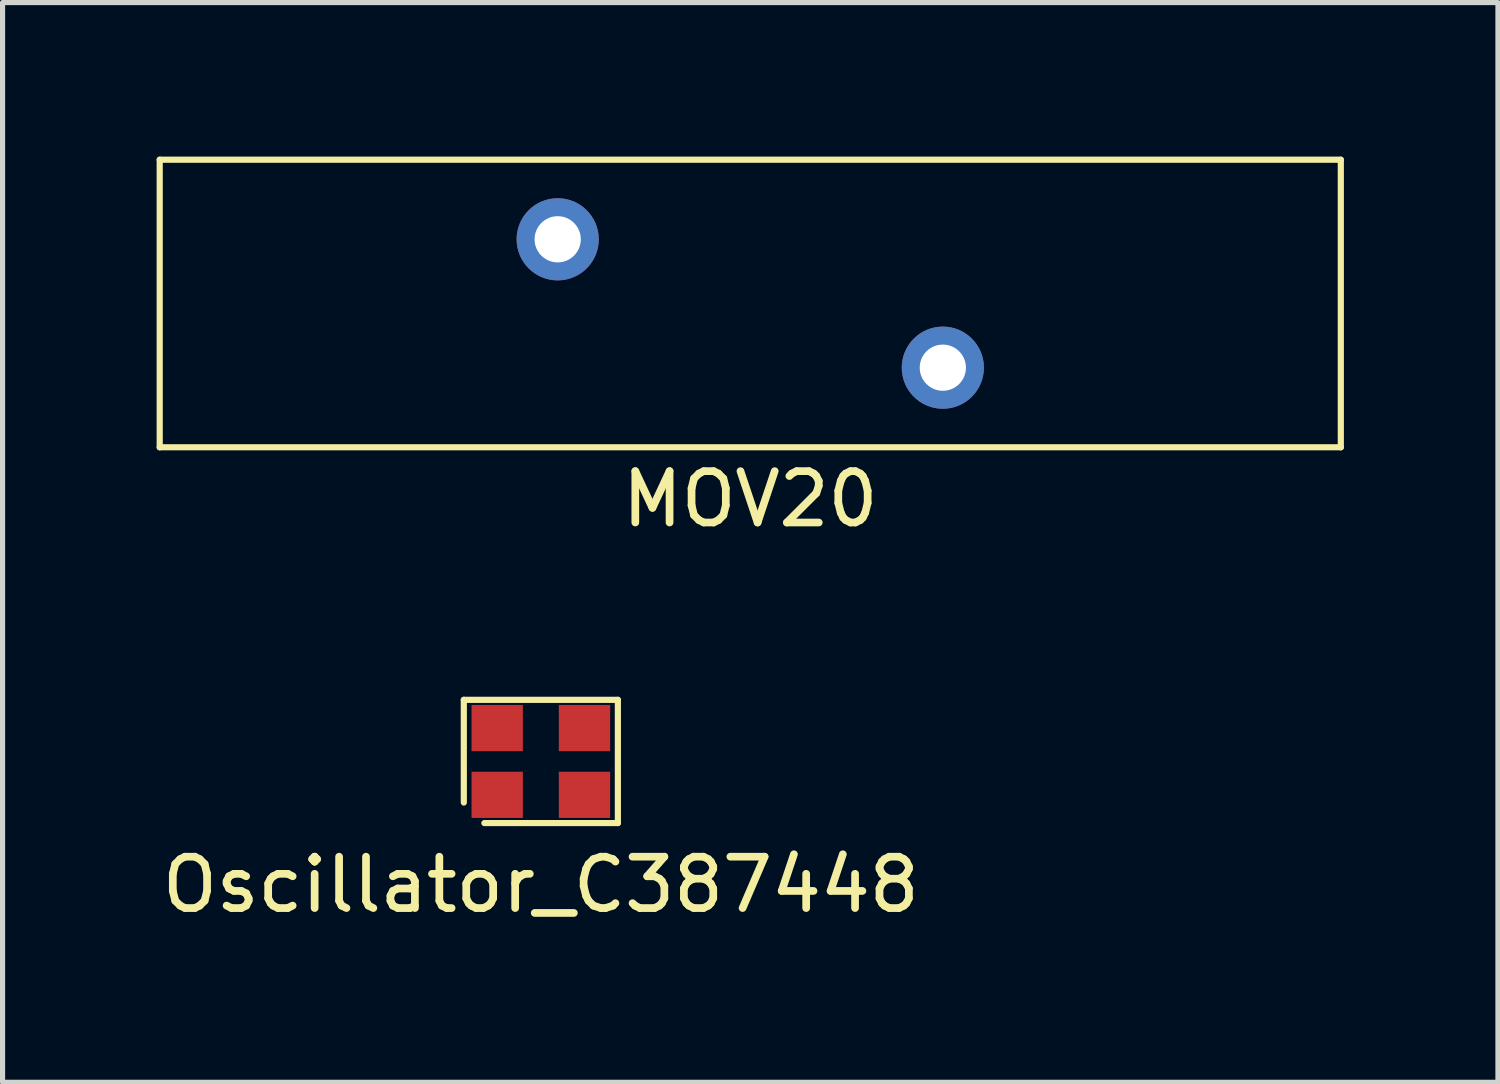
<source format=kicad_pcb>
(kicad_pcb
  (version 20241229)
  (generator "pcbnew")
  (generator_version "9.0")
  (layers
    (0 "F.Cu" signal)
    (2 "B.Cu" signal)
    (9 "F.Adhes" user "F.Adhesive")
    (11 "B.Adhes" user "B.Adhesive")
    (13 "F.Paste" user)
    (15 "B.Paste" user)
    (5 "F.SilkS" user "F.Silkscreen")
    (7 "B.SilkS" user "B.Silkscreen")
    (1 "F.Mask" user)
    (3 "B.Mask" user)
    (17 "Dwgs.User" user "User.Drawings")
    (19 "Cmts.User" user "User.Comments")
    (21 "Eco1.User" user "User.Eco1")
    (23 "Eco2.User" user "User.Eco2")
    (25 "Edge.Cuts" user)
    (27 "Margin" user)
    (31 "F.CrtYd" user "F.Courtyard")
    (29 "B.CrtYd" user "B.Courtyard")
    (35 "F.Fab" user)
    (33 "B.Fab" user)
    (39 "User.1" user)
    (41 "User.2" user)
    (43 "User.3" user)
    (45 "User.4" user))
  (footprint "MOV20"
    (layer "F.Cu")
    (at 11.56 2.86)
    (property "Reference" "MOV20" (at 0 3.81 0) (layer "F.SilkS") (effects (font (size 1 1) (thickness 0.15))))
    (attr through_hole)
    (fp_line (start -11.5 2.8) (end -11.5 -2.8) (stroke (width 0.12) (type solid)) (layer "F.SilkS"))
    (fp_line (start -11.5 2.8) (end 11.5 2.8) (stroke (width 0.12) (type solid)) (layer "F.SilkS"))
    (fp_line (start 11.5 -2.8) (end -11.5 -2.8) (stroke (width 0.12) (type solid)) (layer "F.SilkS"))
    (fp_line (start 11.5 -2.8) (end 11.5 2.8) (stroke (width 0.12) (type solid)) (layer "F.SilkS"))
    (pad "1" thru_hole circle (at -3.75 -1.25) (size 1.6 1.6) (drill 0.9) (layers "*.Cu" "*.Mask"))
    (pad "2" thru_hole circle (at 3.75 1.25 90) (size 1.6 1.6) (drill 0.9) (layers "*.Cu" "*.Mask")))
  (footprint "Oscillator_C387448"
    (layer "F.Cu")
    (at 7.482 11.778)
    (property "Reference" "Oscillator_C387448" (at 0 2.4 0) (layer "F.SilkS") (effects (font (size 1 1) (thickness 0.15))))
    (attr through_hole)
    (fp_line (start -1.5 -1.2) (end 1.5 -1.2) (stroke (width 0.12) (type solid)) (layer "F.SilkS"))
    (fp_line (start -1.5 0.8) (end -1.5 -1.2) (stroke (width 0.12) (type solid)) (layer "F.SilkS"))
    (fp_line (start 1.5 -1.2) (end 1.5 1.2) (stroke (width 0.12) (type solid)) (layer "F.SilkS"))
    (fp_line (start 1.5 1.2) (end -1.1 1.2) (stroke (width 0.12) (type solid)) (layer "F.SilkS"))
    (pad "1" smd rect (at -0.85 0.65) (size 1 0.9) (layers "F.Cu" "F.Mask" "F.Paste"))
    (pad "2" smd rect (at 0.85 0.65) (size 1 0.9) (layers "F.Cu" "F.Mask" "F.Paste"))
    (pad "3" smd rect (at 0.85 -0.65) (size 1 0.9) (layers "F.Cu" "F.Mask" "F.Paste"))
    (pad "4" smd rect (at -0.85 -0.65) (size 1 0.9) (layers "F.Cu" "F.Mask" "F.Paste")))
  (gr_rect
    (start -3 -3)
    (end 26.12 18.026)
    (stroke (width 0.1) (type default))
    (fill no)
    (layer "Edge.Cuts")))
</source>
